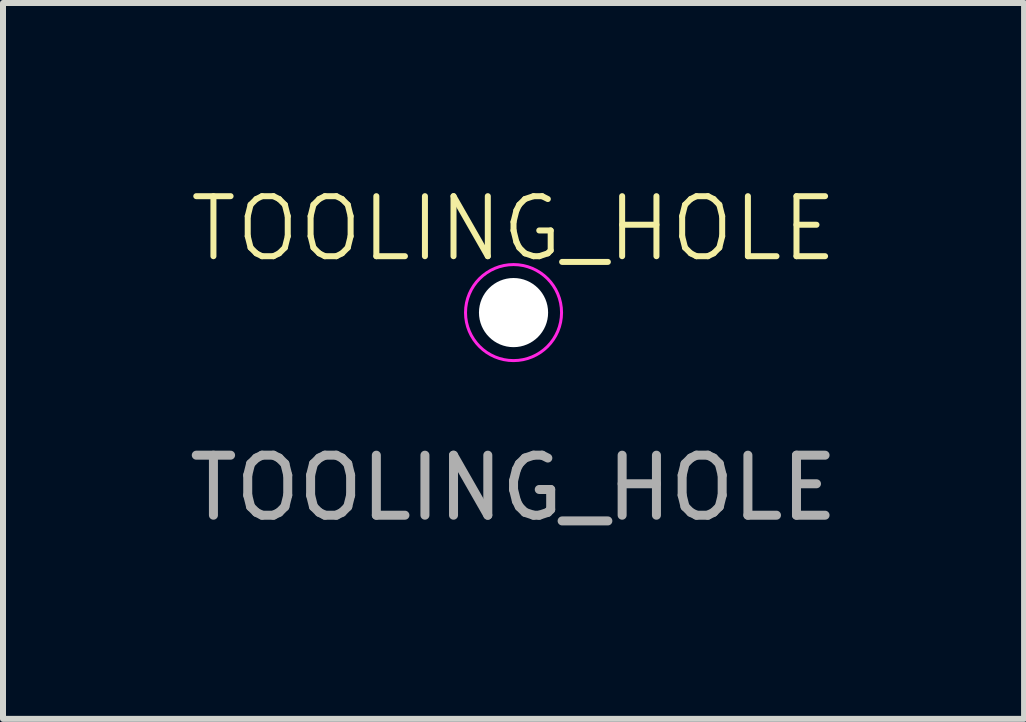
<source format=kicad_pcb>
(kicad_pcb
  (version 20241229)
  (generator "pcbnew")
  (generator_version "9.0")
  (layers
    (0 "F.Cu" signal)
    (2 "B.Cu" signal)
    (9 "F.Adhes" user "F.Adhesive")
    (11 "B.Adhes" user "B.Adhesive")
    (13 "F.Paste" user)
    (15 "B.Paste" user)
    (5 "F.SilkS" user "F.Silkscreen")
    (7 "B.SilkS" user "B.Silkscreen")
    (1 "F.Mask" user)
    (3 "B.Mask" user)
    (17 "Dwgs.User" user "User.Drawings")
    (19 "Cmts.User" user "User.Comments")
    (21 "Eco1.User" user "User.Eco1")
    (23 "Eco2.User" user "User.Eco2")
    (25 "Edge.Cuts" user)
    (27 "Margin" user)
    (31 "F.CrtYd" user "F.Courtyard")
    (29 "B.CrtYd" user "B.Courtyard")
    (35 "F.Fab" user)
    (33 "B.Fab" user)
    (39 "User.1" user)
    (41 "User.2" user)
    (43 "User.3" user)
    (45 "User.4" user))
  (footprint "TOOLING_HOLE"
    (layer "F.Cu")
    (at 5.506 2.158)
    (property "Reference" "TOOLING_HOLE" (at 0 -1.397 0) (unlocked yes) (layer "F.SilkS") (effects (font (size 1 1) (thickness 0.1))))
    (attr through_hole)
    (fp_circle (center 0 0) (end 0.8 0) (stroke (width 0.05) (type default)) (fill no) (layer "F.CrtYd"))
    (fp_text user "${REFERENCE}" (at 0 2.921 0) (unlocked yes) (layer "F.Fab") (effects (font (size 1 1) (thickness 0.15))))
    (pad "" np_thru_hole circle (at 0 0) (size 1.152 1.152) (drill 1.152) (layers "*.Cu" "*.Mask")))
  (gr_rect
    (start -3 -3)
    (end 14.012 8.927)
    (stroke (width 0.1) (type default))
    (fill no)
    (layer "Edge.Cuts")))
</source>
